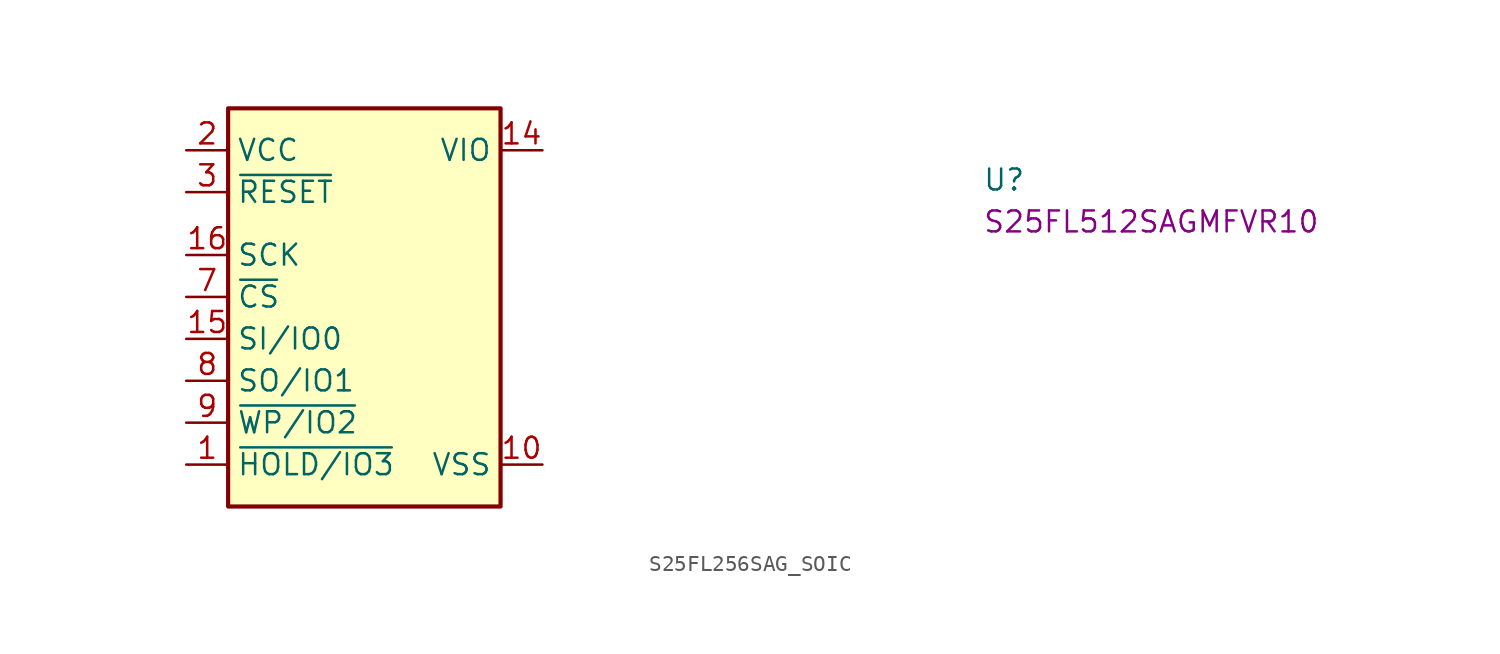
<source format=kicad_sym>
(kicad_symbol_lib
  (version 20220914)
  (generator kicad_symbol_editor)
  (symbol "S25FL256SAG_SOIC"
    (property "Reference" "U"
      (at 48.26 -2.54 0)
      (effects (font (size 1.27 1.27) (thickness 0.15)) (justify left bottom)))
    (property "MPN" "S25FL512SAGMFVR10"
      (at 48.26 -5.08 0)
      (effects (font (size 1.27 1.27) (thickness 0.15)) (justify left bottom)))
    (symbol "S25FL256SAG_SOIC_1_1"
      (rectangle (start 2.54 2.54) (end 19.05 -21.59) (stroke (width 0.254) (type default)) (fill (type background)))
      (pin bidirectional line (at 0 -19.05 0) (length 2.54) (name "~{HOLD/IO3}" (effects (font (size 1.27 1.27)))) (number "1" (effects (font (size 1.27 1.27)))))
      (pin power_in line (at 21.59 -19.05 180) (length 2.54) (name "VSS" (effects (font (size 1.27 1.27)))) (number "10" (effects (font (size 1.27 1.27)))))
      (pin no_connect line (at 19.05 -8.89 180) (length 2.54) hide (name "DNU" (effects (font (size 1.27 1.27)))) (number "11" (effects (font (size 1.27 1.27)))))
      (pin passive line (at 19.05 -5.08 180) (length 2.54) hide (name "DNU" (effects (font (size 1.27 1.27)))) (number "12" (effects (font (size 1.27 1.27)))))
      (pin no_connect line (at 19.05 -2.54 180) (length 2.54) hide (name "NC" (effects (font (size 1.27 1.27)))) (number "13" (effects (font (size 1.27 1.27)))))
      (pin bidirectional line (at 21.59 0 180) (length 2.54) (name "VIO" (effects (font (size 1.27 1.27)))) (number "14" (effects (font (size 1.27 1.27)))))
      (pin bidirectional line (at 0 -11.43 0) (length 2.54) (name "SI/IO0" (effects (font (size 1.27 1.27)))) (number "15" (effects (font (size 1.27 1.27)))))
      (pin input line (at 0 -6.35 0) (length 2.54) (name "SCK" (effects (font (size 1.27 1.27)))) (number "16" (effects (font (size 1.27 1.27)))))
      (pin power_in line (at 0 0 0) (length 2.54) (name "VCC" (effects (font (size 1.27 1.27)))) (number "2" (effects (font (size 1.27 1.27)))))
      (pin bidirectional line (at 0 -2.54 0) (length 2.54) (name "~{RESET}" (effects (font (size 1.27 1.27)))) (number "3" (effects (font (size 1.27 1.27)))))
      (pin passive line (at 19.05 -6.35 180) (length 2.54) hide (name "DNU" (effects (font (size 1.27 1.27)))) (number "4" (effects (font (size 1.27 1.27)))))
      (pin passive line (at 19.05 -7.62 180) (length 2.54) hide (name "DNU" (effects (font (size 1.27 1.27)))) (number "5" (effects (font (size 1.27 1.27)))))
      (pin no_connect line (at 19.05 -3.81 180) (length 2.54) hide (name "RFU" (effects (font (size 1.27 1.27)))) (number "6" (effects (font (size 1.27 1.27)))))
      (pin input line (at 0 -8.89 0) (length 2.54) (name "~{CS}" (effects (font (size 1.27 1.27)))) (number "7" (effects (font (size 1.27 1.27)))))
      (pin bidirectional line (at 0 -13.97 0) (length 2.54) (name "SO/IO1" (effects (font (size 1.27 1.27)))) (number "8" (effects (font (size 1.27 1.27)))))
      (pin bidirectional line (at 0 -16.51 0) (length 2.54) (name "~{WP/IO2}" (effects (font (size 1.27 1.27)))) (number "9" (effects (font (size 1.27 1.27))))))))
</source>
